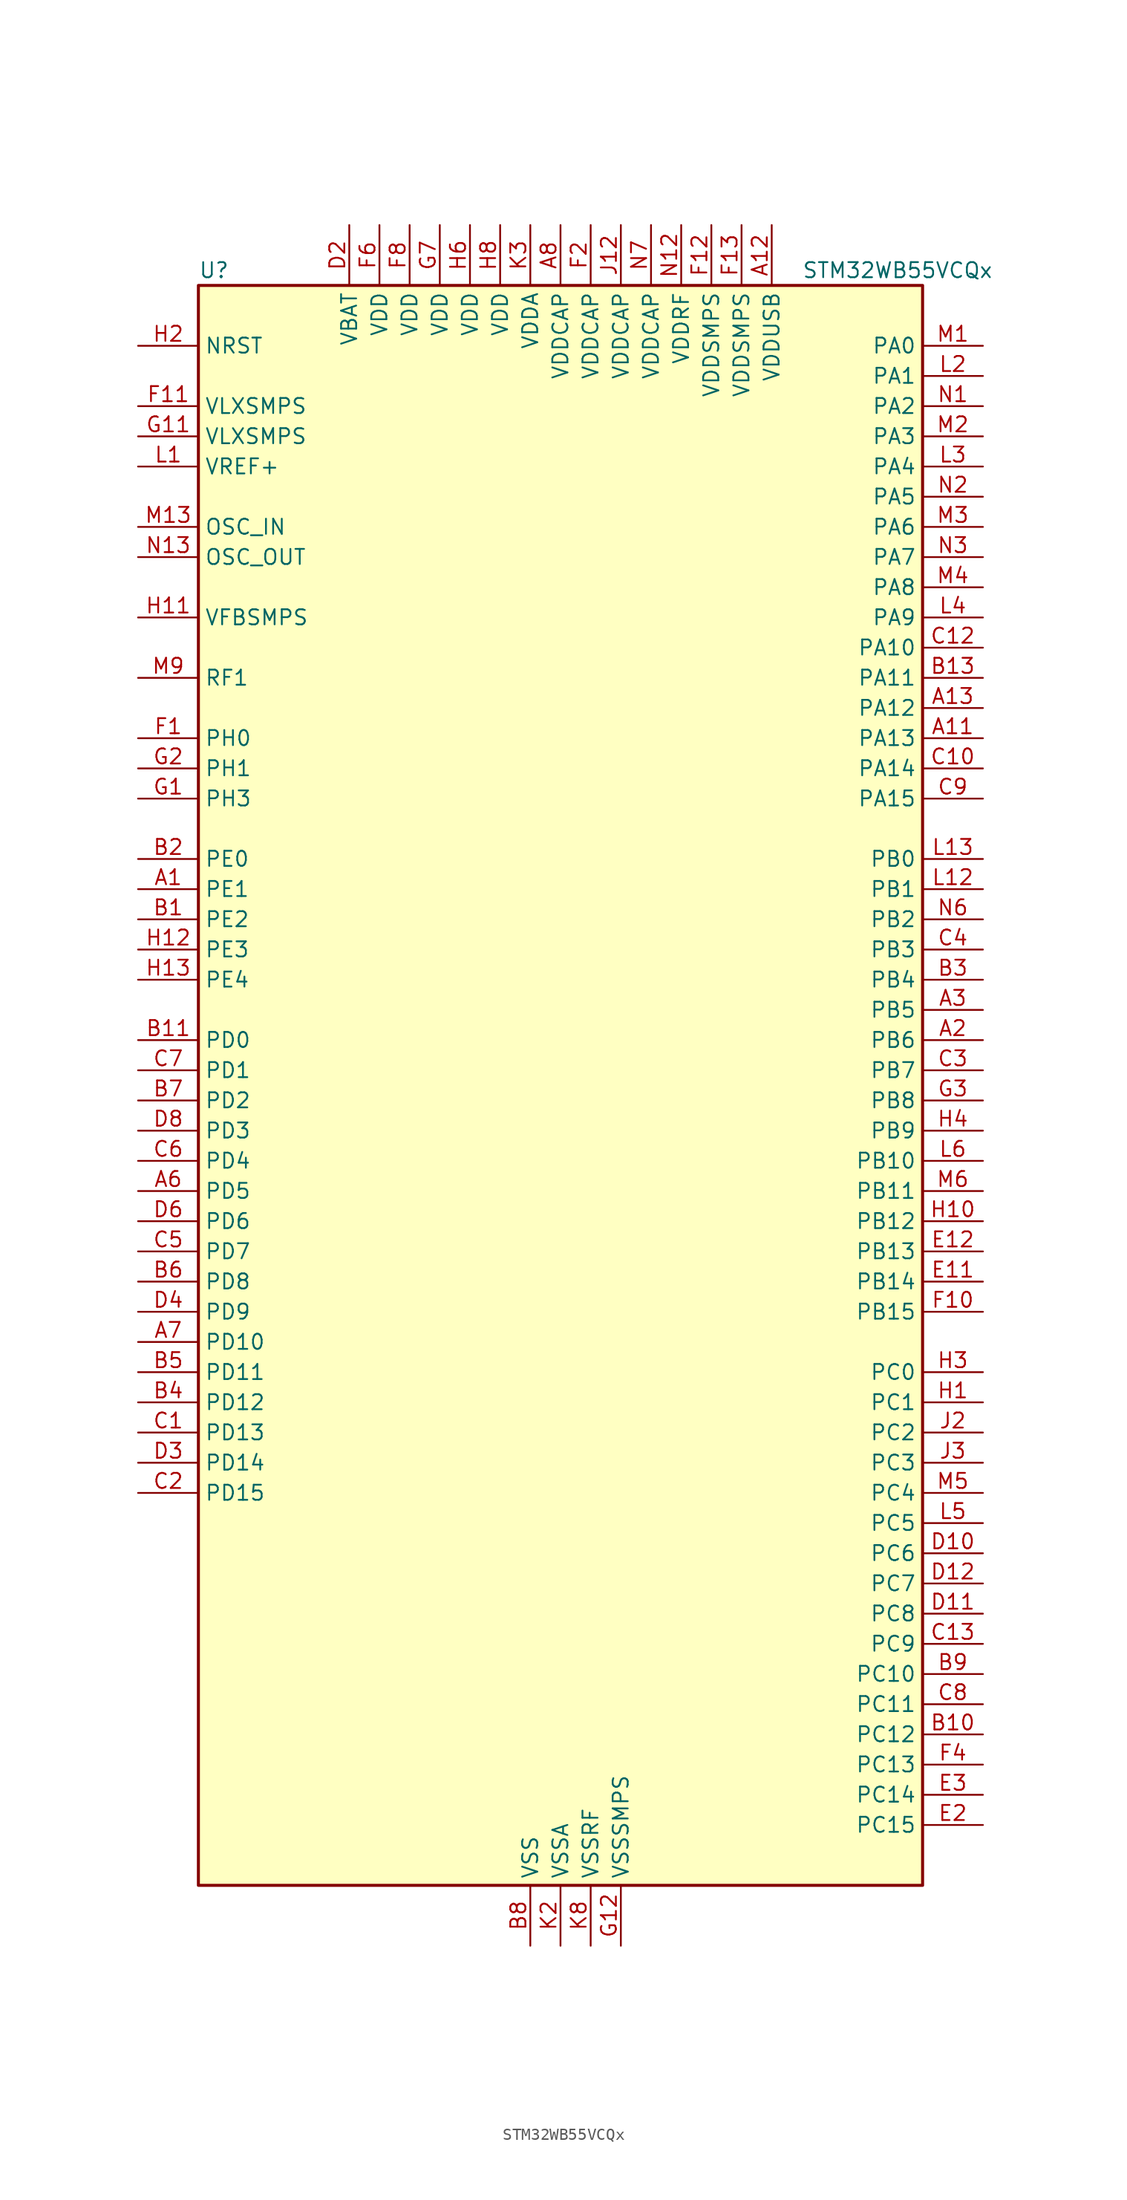
<source format=kicad_sym>
(kicad_symbol_lib
  (version 20241209)
  (generator "kicad_symbol_editor")
  (generator_version "9.0")
  (symbol "STM32WB55VCQx"
    (property "Reference" "U"
      (at -30.48 69.85 0)
      (effects (font (size 1.27 1.27)) (justify left)))
    (property "Value" "STM32WB55VCQx"
      (at 20.32 69.85 0)
      (effects (font (size 1.27 1.27)) (justify left)))
    (symbol "STM32WB55VCQx_0_1"
      (rectangle (start -30.48 -66.04) (end 30.48 68.58) (stroke (width 0.254) (type default)) (fill (type background))))
    (symbol "STM32WB55VCQx_1_1"
      (pin input line (at -35.56 63.5 0) (length 5.08) (name "NRST" (effects (font (size 1.27 1.27)))) (number "H2" (effects (font (size 1.27 1.27)))))
      (pin power_in line (at -35.56 58.42 0) (length 5.08) (name "VLXSMPS" (effects (font (size 1.27 1.27)))) (number "F11" (effects (font (size 1.27 1.27)))))
      (pin power_in line (at -35.56 55.88 0) (length 5.08) (name "VLXSMPS" (effects (font (size 1.27 1.27)))) (number "G11" (effects (font (size 1.27 1.27)))))
      (pin input line (at -35.56 53.34 0) (length 5.08) (name "VREF+" (effects (font (size 1.27 1.27)))) (number "L1" (effects (font (size 1.27 1.27)))) (alternate "VREFBUF_OUT" bidirectional line))
      (pin input line (at -35.56 48.26 0) (length 5.08) (name "OSC_IN" (effects (font (size 1.27 1.27)))) (number "M13" (effects (font (size 1.27 1.27)))) (alternate "RCC_OSC_IN" bidirectional line))
      (pin input line (at -35.56 45.72 0) (length 5.08) (name "OSC_OUT" (effects (font (size 1.27 1.27)))) (number "N13" (effects (font (size 1.27 1.27)))) (alternate "RCC_OSC_OUT" bidirectional line))
      (pin input line (at -35.56 40.64 0) (length 5.08) (name "VFBSMPS" (effects (font (size 1.27 1.27)))) (number "H11" (effects (font (size 1.27 1.27)))))
      (pin bidirectional line (at -35.56 35.56 0) (length 5.08) (name "RF1" (effects (font (size 1.27 1.27)))) (number "M9" (effects (font (size 1.27 1.27)))) (alternate "RF_RF1" bidirectional line))
      (pin bidirectional line (at -35.56 30.48 0) (length 5.08) (name "PH0" (effects (font (size 1.27 1.27)))) (number "F1" (effects (font (size 1.27 1.27)))))
      (pin bidirectional line (at -35.56 27.94 0) (length 5.08) (name "PH1" (effects (font (size 1.27 1.27)))) (number "G2" (effects (font (size 1.27 1.27)))))
      (pin bidirectional line (at -35.56 25.4 0) (length 5.08) (name "PH3" (effects (font (size 1.27 1.27)))) (number "G1" (effects (font (size 1.27 1.27)))) (alternate "RCC_LSCO" bidirectional line))
      (pin bidirectional line (at -35.56 20.32 0) (length 5.08) (name "PE0" (effects (font (size 1.27 1.27)))) (number "B2" (effects (font (size 1.27 1.27)))) (alternate "LCD_SEG36" bidirectional line) (alternate "TIM16_CH1" bidirectional line) (alternate "TIM1_ETR" bidirectional line) (alternate "TSC_G7_IO3" bidirectional line))
      (pin bidirectional line (at -35.56 17.78 0) (length 5.08) (name "PE1" (effects (font (size 1.27 1.27)))) (number "A1" (effects (font (size 1.27 1.27)))) (alternate "LCD_SEG37" bidirectional line) (alternate "TIM17_CH1" bidirectional line) (alternate "TSC_G7_IO2" bidirectional line))
      (pin bidirectional line (at -35.56 15.24 0) (length 5.08) (name "PE2" (effects (font (size 1.27 1.27)))) (number "B1" (effects (font (size 1.27 1.27)))) (alternate "LCD_SEG38" bidirectional line) (alternate "SAI1_CK1" bidirectional line) (alternate "SAI1_MCLK_A" bidirectional line) (alternate "SYS_TRACECLK" bidirectional line) (alternate "TSC_G7_IO1" bidirectional line))
      (pin bidirectional line (at -35.56 12.7 0) (length 5.08) (name "PE3" (effects (font (size 1.27 1.27)))) (number "H12" (effects (font (size 1.27 1.27)))))
      (pin bidirectional line (at -35.56 10.16 0) (length 5.08) (name "PE4" (effects (font (size 1.27 1.27)))) (number "H13" (effects (font (size 1.27 1.27)))))
      (pin bidirectional line (at -35.56 5.08 0) (length 5.08) (name "PD0" (effects (font (size 1.27 1.27)))) (number "B11" (effects (font (size 1.27 1.27)))) (alternate "SPI2_NSS" bidirectional line))
      (pin bidirectional line (at -35.56 2.54 0) (length 5.08) (name "PD1" (effects (font (size 1.27 1.27)))) (number "C7" (effects (font (size 1.27 1.27)))) (alternate "SPI2_SCK" bidirectional line))
      (pin bidirectional line (at -35.56 0 0) (length 5.08) (name "PD2" (effects (font (size 1.27 1.27)))) (number "B7" (effects (font (size 1.27 1.27)))) (alternate "LCD_COM7" bidirectional line) (alternate "LCD_SEG31" bidirectional line) (alternate "LCD_SEG43" bidirectional line) (alternate "SYS_TRACED2" bidirectional line) (alternate "TSC_SYNC" bidirectional line))
      (pin bidirectional line (at -35.56 -2.54 0) (length 5.08) (name "PD3" (effects (font (size 1.27 1.27)))) (number "D8" (effects (font (size 1.27 1.27)))) (alternate "QUADSPI_BK1_NCS" bidirectional line) (alternate "SPI2_MISO" bidirectional line) (alternate "SPI2_SCK" bidirectional line))
      (pin bidirectional line (at -35.56 -5.08 0) (length 5.08) (name "PD4" (effects (font (size 1.27 1.27)))) (number "C6" (effects (font (size 1.27 1.27)))) (alternate "QUADSPI_BK1_IO0" bidirectional line) (alternate "SPI2_MOSI" bidirectional line) (alternate "TSC_G5_IO1" bidirectional line))
      (pin bidirectional line (at -35.56 -7.62 0) (length 5.08) (name "PD5" (effects (font (size 1.27 1.27)))) (number "A6" (effects (font (size 1.27 1.27)))) (alternate "QUADSPI_BK1_IO1" bidirectional line) (alternate "SAI1_MCLK_B" bidirectional line) (alternate "TSC_G5_IO2" bidirectional line))
      (pin bidirectional line (at -35.56 -10.16 0) (length 5.08) (name "PD6" (effects (font (size 1.27 1.27)))) (number "D6" (effects (font (size 1.27 1.27)))) (alternate "QUADSPI_BK1_IO2" bidirectional line) (alternate "SAI1_D1" bidirectional line) (alternate "SAI1_SD_A" bidirectional line) (alternate "TSC_G5_IO3" bidirectional line))
      (pin bidirectional line (at -35.56 -12.7 0) (length 5.08) (name "PD7" (effects (font (size 1.27 1.27)))) (number "C5" (effects (font (size 1.27 1.27)))) (alternate "LCD_SEG39" bidirectional line) (alternate "QUADSPI_BK1_IO3" bidirectional line) (alternate "TSC_G5_IO4" bidirectional line))
      (pin bidirectional line (at -35.56 -15.24 0) (length 5.08) (name "PD8" (effects (font (size 1.27 1.27)))) (number "B6" (effects (font (size 1.27 1.27)))) (alternate "LCD_SEG28" bidirectional line) (alternate "TIM1_BKIN2" bidirectional line))
      (pin bidirectional line (at -35.56 -17.78 0) (length 5.08) (name "PD9" (effects (font (size 1.27 1.27)))) (number "D4" (effects (font (size 1.27 1.27)))) (alternate "LCD_SEG29" bidirectional line) (alternate "SYS_TRACED0" bidirectional line))
      (pin bidirectional line (at -35.56 -20.32 0) (length 5.08) (name "PD10" (effects (font (size 1.27 1.27)))) (number "A7" (effects (font (size 1.27 1.27)))) (alternate "LCD_SEG30" bidirectional line) (alternate "SYS_TRIG_INOUT" bidirectional line) (alternate "TSC_G6_IO1" bidirectional line))
      (pin bidirectional line (at -35.56 -22.86 0) (length 5.08) (name "PD11" (effects (font (size 1.27 1.27)))) (number "B5" (effects (font (size 1.27 1.27)))) (alternate "ADC1_EXTI11" bidirectional line) (alternate "LCD_SEG31" bidirectional line) (alternate "LPTIM2_ETR" bidirectional line) (alternate "TSC_G6_IO2" bidirectional line))
      (pin bidirectional line (at -35.56 -25.4 0) (length 5.08) (name "PD12" (effects (font (size 1.27 1.27)))) (number "B4" (effects (font (size 1.27 1.27)))) (alternate "LCD_SEG32" bidirectional line) (alternate "LPTIM2_IN1" bidirectional line) (alternate "TSC_G6_IO3" bidirectional line))
      (pin bidirectional line (at -35.56 -27.94 0) (length 5.08) (name "PD13" (effects (font (size 1.27 1.27)))) (number "C1" (effects (font (size 1.27 1.27)))) (alternate "LCD_SEG33" bidirectional line) (alternate "LPTIM2_OUT" bidirectional line) (alternate "TSC_G6_IO4" bidirectional line))
      (pin bidirectional line (at -35.56 -30.48 0) (length 5.08) (name "PD14" (effects (font (size 1.27 1.27)))) (number "D3" (effects (font (size 1.27 1.27)))) (alternate "LCD_SEG34" bidirectional line) (alternate "TIM1_CH1" bidirectional line))
      (pin bidirectional line (at -35.56 -33.02 0) (length 5.08) (name "PD15" (effects (font (size 1.27 1.27)))) (number "C2" (effects (font (size 1.27 1.27)))) (alternate "ADC1_EXTI15" bidirectional line) (alternate "LCD_SEG35" bidirectional line) (alternate "TIM1_CH2" bidirectional line))
      (pin no_connect line (at -30.48 -63.5 0) (length 5.08) (hide yes) (name "AT1" (effects (font (size 1.27 1.27)))) (number "K12" (effects (font (size 1.27 1.27)))))
      (pin no_connect line (at -30.48 -66.04 0) (length 5.08) (hide yes) (name "AT0" (effects (font (size 1.27 1.27)))) (number "K11" (effects (font (size 1.27 1.27)))))
      (pin power_in line (at -17.78 73.66 270) (length 5.08) (name "VBAT" (effects (font (size 1.27 1.27)))) (number "D2" (effects (font (size 1.27 1.27)))))
      (pin power_in line (at -15.24 73.66 270) (length 5.08) (name "VDD" (effects (font (size 1.27 1.27)))) (number "F6" (effects (font (size 1.27 1.27)))))
      (pin power_in line (at -12.7 73.66 270) (length 5.08) (name "VDD" (effects (font (size 1.27 1.27)))) (number "F8" (effects (font (size 1.27 1.27)))))
      (pin power_in line (at -10.16 73.66 270) (length 5.08) (name "VDD" (effects (font (size 1.27 1.27)))) (number "G7" (effects (font (size 1.27 1.27)))))
      (pin power_in line (at -7.62 73.66 270) (length 5.08) (name "VDD" (effects (font (size 1.27 1.27)))) (number "H6" (effects (font (size 1.27 1.27)))))
      (pin power_in line (at -5.08 73.66 270) (length 5.08) (name "VDD" (effects (font (size 1.27 1.27)))) (number "H8" (effects (font (size 1.27 1.27)))))
      (pin power_in line (at -2.54 73.66 270) (length 5.08) (name "VDDA" (effects (font (size 1.27 1.27)))) (number "K3" (effects (font (size 1.27 1.27)))))
      (pin passive line (at -2.54 -71.12 90) (length 5.08) (hide yes) (name "VSS" (effects (font (size 1.27 1.27)))) (number "B12" (effects (font (size 1.27 1.27)))))
      (pin power_in line (at -2.54 -71.12 90) (length 5.08) (name "VSS" (effects (font (size 1.27 1.27)))) (number "B8" (effects (font (size 1.27 1.27)))))
      (pin passive line (at -2.54 -71.12 90) (length 5.08) (hide yes) (name "VSS" (effects (font (size 1.27 1.27)))) (number "C11" (effects (font (size 1.27 1.27)))))
      (pin passive line (at -2.54 -71.12 90) (length 5.08) (hide yes) (name "VSS" (effects (font (size 1.27 1.27)))) (number "E5" (effects (font (size 1.27 1.27)))))
      (pin passive line (at -2.54 -71.12 90) (length 5.08) (hide yes) (name "VSS" (effects (font (size 1.27 1.27)))) (number "E7" (effects (font (size 1.27 1.27)))))
      (pin passive line (at -2.54 -71.12 90) (length 5.08) (hide yes) (name "VSS" (effects (font (size 1.27 1.27)))) (number "E9" (effects (font (size 1.27 1.27)))))
      (pin passive line (at -2.54 -71.12 90) (length 5.08) (hide yes) (name "VSS" (effects (font (size 1.27 1.27)))) (number "F3" (effects (font (size 1.27 1.27)))))
      (pin passive line (at -2.54 -71.12 90) (length 5.08) (hide yes) (name "VSS" (effects (font (size 1.27 1.27)))) (number "G5" (effects (font (size 1.27 1.27)))))
      (pin passive line (at -2.54 -71.12 90) (length 5.08) (hide yes) (name "VSS" (effects (font (size 1.27 1.27)))) (number "G9" (effects (font (size 1.27 1.27)))))
      (pin passive line (at -2.54 -71.12 90) (length 5.08) (hide yes) (name "VSS" (effects (font (size 1.27 1.27)))) (number "J11" (effects (font (size 1.27 1.27)))))
      (pin passive line (at -2.54 -71.12 90) (length 5.08) (hide yes) (name "VSS" (effects (font (size 1.27 1.27)))) (number "J5" (effects (font (size 1.27 1.27)))))
      (pin passive line (at -2.54 -71.12 90) (length 5.08) (hide yes) (name "VSS" (effects (font (size 1.27 1.27)))) (number "J7" (effects (font (size 1.27 1.27)))))
      (pin passive line (at -2.54 -71.12 90) (length 5.08) (hide yes) (name "VSS" (effects (font (size 1.27 1.27)))) (number "J9" (effects (font (size 1.27 1.27)))))
      (pin passive line (at -2.54 -71.12 90) (length 5.08) (hide yes) (name "VSS" (effects (font (size 1.27 1.27)))) (number "K4" (effects (font (size 1.27 1.27)))))
      (pin passive line (at -2.54 -71.12 90) (length 5.08) (hide yes) (name "VSS" (effects (font (size 1.27 1.27)))) (number "K6" (effects (font (size 1.27 1.27)))))
      (pin passive line (at -2.54 -71.12 90) (length 5.08) (hide yes) (name "VSS" (effects (font (size 1.27 1.27)))) (number "M7" (effects (font (size 1.27 1.27)))))
      (pin power_in line (at 0 73.66 270) (length 5.08) (name "VDDCAP" (effects (font (size 1.27 1.27)))) (number "A8" (effects (font (size 1.27 1.27)))))
      (pin power_in line (at 0 -71.12 90) (length 5.08) (name "VSSA" (effects (font (size 1.27 1.27)))) (number "K2" (effects (font (size 1.27 1.27)))))
      (pin power_in line (at 2.54 73.66 270) (length 5.08) (name "VDDCAP" (effects (font (size 1.27 1.27)))) (number "F2" (effects (font (size 1.27 1.27)))))
      (pin passive line (at 2.54 -71.12 90) (length 5.08) (hide yes) (name "VSSRF" (effects (font (size 1.27 1.27)))) (number "K10" (effects (font (size 1.27 1.27)))))
      (pin power_in line (at 2.54 -71.12 90) (length 5.08) (name "VSSRF" (effects (font (size 1.27 1.27)))) (number "K8" (effects (font (size 1.27 1.27)))))
      (pin passive line (at 2.54 -71.12 90) (length 5.08) (hide yes) (name "VSSRF" (effects (font (size 1.27 1.27)))) (number "L10" (effects (font (size 1.27 1.27)))))
      (pin passive line (at 2.54 -71.12 90) (length 5.08) (hide yes) (name "VSSRF" (effects (font (size 1.27 1.27)))) (number "L11" (effects (font (size 1.27 1.27)))))
      (pin passive line (at 2.54 -71.12 90) (length 5.08) (hide yes) (name "VSSRF" (effects (font (size 1.27 1.27)))) (number "L7" (effects (font (size 1.27 1.27)))))
      (pin passive line (at 2.54 -71.12 90) (length 5.08) (hide yes) (name "VSSRF" (effects (font (size 1.27 1.27)))) (number "L8" (effects (font (size 1.27 1.27)))))
      (pin passive line (at 2.54 -71.12 90) (length 5.08) (hide yes) (name "VSSRF" (effects (font (size 1.27 1.27)))) (number "L9" (effects (font (size 1.27 1.27)))))
      (pin passive line (at 2.54 -71.12 90) (length 5.08) (hide yes) (name "VSSRF" (effects (font (size 1.27 1.27)))) (number "M10" (effects (font (size 1.27 1.27)))))
      (pin passive line (at 2.54 -71.12 90) (length 5.08) (hide yes) (name "VSSRF" (effects (font (size 1.27 1.27)))) (number "M11" (effects (font (size 1.27 1.27)))))
      (pin passive line (at 2.54 -71.12 90) (length 5.08) (hide yes) (name "VSSRF" (effects (font (size 1.27 1.27)))) (number "M12" (effects (font (size 1.27 1.27)))))
      (pin passive line (at 2.54 -71.12 90) (length 5.08) (hide yes) (name "VSSRF" (effects (font (size 1.27 1.27)))) (number "M8" (effects (font (size 1.27 1.27)))))
      (pin passive line (at 2.54 -71.12 90) (length 5.08) (hide yes) (name "VSSRF" (effects (font (size 1.27 1.27)))) (number "N11" (effects (font (size 1.27 1.27)))))
      (pin passive line (at 2.54 -71.12 90) (length 5.08) (hide yes) (name "VSSRF" (effects (font (size 1.27 1.27)))) (number "N8" (effects (font (size 1.27 1.27)))))
      (pin power_in line (at 5.08 73.66 270) (length 5.08) (name "VDDCAP" (effects (font (size 1.27 1.27)))) (number "J12" (effects (font (size 1.27 1.27)))))
      (pin power_in line (at 5.08 -71.12 90) (length 5.08) (name "VSSSMPS" (effects (font (size 1.27 1.27)))) (number "G12" (effects (font (size 1.27 1.27)))))
      (pin passive line (at 5.08 -71.12 90) (length 5.08) (hide yes) (name "VSSSMPS" (effects (font (size 1.27 1.27)))) (number "G13" (effects (font (size 1.27 1.27)))))
      (pin power_in line (at 7.62 73.66 270) (length 5.08) (name "VDDCAP" (effects (font (size 1.27 1.27)))) (number "N7" (effects (font (size 1.27 1.27)))))
      (pin power_in line (at 10.16 73.66 270) (length 5.08) (name "VDDRF" (effects (font (size 1.27 1.27)))) (number "N12" (effects (font (size 1.27 1.27)))))
      (pin power_in line (at 12.7 73.66 270) (length 5.08) (name "VDDSMPS" (effects (font (size 1.27 1.27)))) (number "F12" (effects (font (size 1.27 1.27)))))
      (pin power_in line (at 15.24 73.66 270) (length 5.08) (name "VDDSMPS" (effects (font (size 1.27 1.27)))) (number "F13" (effects (font (size 1.27 1.27)))))
      (pin power_in line (at 17.78 73.66 270) (length 5.08) (name "VDDUSB" (effects (font (size 1.27 1.27)))) (number "A12" (effects (font (size 1.27 1.27)))))
      (pin bidirectional line (at 35.56 63.5 180) (length 5.08) (name "PA0" (effects (font (size 1.27 1.27)))) (number "M1" (effects (font (size 1.27 1.27)))) (alternate "ADC1_IN5" bidirectional line) (alternate "COMP1_INM" bidirectional line) (alternate "COMP1_OUT" bidirectional line) (alternate "RTC_TAMP2" bidirectional line) (alternate "SAI1_EXTCLK" bidirectional line) (alternate "SYS_WKUP1" bidirectional line) (alternate "TIM2_CH1" bidirectional line) (alternate "TIM2_ETR" bidirectional line))
      (pin bidirectional line (at 35.56 60.96 180) (length 5.08) (name "PA1" (effects (font (size 1.27 1.27)))) (number "L2" (effects (font (size 1.27 1.27)))) (alternate "ADC1_IN6" bidirectional line) (alternate "COMP1_INP" bidirectional line) (alternate "I2C1_SMBA" bidirectional line) (alternate "LCD_SEG0" bidirectional line) (alternate "SPI1_SCK" bidirectional line) (alternate "TIM2_CH2" bidirectional line))
      (pin bidirectional line (at 35.56 58.42 180) (length 5.08) (name "PA2" (effects (font (size 1.27 1.27)))) (number "N1" (effects (font (size 1.27 1.27)))) (alternate "ADC1_IN7" bidirectional line) (alternate "COMP2_INM" bidirectional line) (alternate "COMP2_OUT" bidirectional line) (alternate "LCD_SEG1" bidirectional line) (alternate "LPUART1_TX" bidirectional line) (alternate "QUADSPI_BK1_NCS" bidirectional line) (alternate "RCC_LSCO" bidirectional line) (alternate "SYS_WKUP4" bidirectional line) (alternate "TIM2_CH3" bidirectional line))
      (pin bidirectional line (at 35.56 55.88 180) (length 5.08) (name "PA3" (effects (font (size 1.27 1.27)))) (number "M2" (effects (font (size 1.27 1.27)))) (alternate "ADC1_IN8" bidirectional line) (alternate "COMP2_INP" bidirectional line) (alternate "LCD_SEG2" bidirectional line) (alternate "LPUART1_RX" bidirectional line) (alternate "QUADSPI_CLK" bidirectional line) (alternate "SAI1_CK1" bidirectional line) (alternate "SAI1_MCLK_A" bidirectional line) (alternate "TIM2_CH4" bidirectional line))
      (pin bidirectional line (at 35.56 53.34 180) (length 5.08) (name "PA4" (effects (font (size 1.27 1.27)))) (number "L3" (effects (font (size 1.27 1.27)))) (alternate "ADC1_IN9" bidirectional line) (alternate "COMP1_INM" bidirectional line) (alternate "COMP2_INM" bidirectional line) (alternate "LCD_SEG5" bidirectional line) (alternate "LPTIM2_OUT" bidirectional line) (alternate "SAI1_FS_B" bidirectional line) (alternate "SPI1_NSS" bidirectional line))
      (pin bidirectional line (at 35.56 50.8 180) (length 5.08) (name "PA5" (effects (font (size 1.27 1.27)))) (number "N2" (effects (font (size 1.27 1.27)))) (alternate "ADC1_IN10" bidirectional line) (alternate "COMP1_INM" bidirectional line) (alternate "COMP2_INM" bidirectional line) (alternate "LPTIM2_ETR" bidirectional line) (alternate "SAI1_SD_B" bidirectional line) (alternate "SPI1_SCK" bidirectional line) (alternate "TIM2_CH1" bidirectional line) (alternate "TIM2_ETR" bidirectional line))
      (pin bidirectional line (at 35.56 48.26 180) (length 5.08) (name "PA6" (effects (font (size 1.27 1.27)))) (number "M3" (effects (font (size 1.27 1.27)))) (alternate "ADC1_IN11" bidirectional line) (alternate "LCD_SEG3" bidirectional line) (alternate "LPUART1_CTS" bidirectional line) (alternate "QUADSPI_BK1_IO3" bidirectional line) (alternate "SPI1_MISO" bidirectional line) (alternate "TIM16_CH1" bidirectional line) (alternate "TIM1_BKIN" bidirectional line))
      (pin bidirectional line (at 35.56 45.72 180) (length 5.08) (name "PA7" (effects (font (size 1.27 1.27)))) (number "N3" (effects (font (size 1.27 1.27)))) (alternate "ADC1_IN12" bidirectional line) (alternate "COMP2_OUT" bidirectional line) (alternate "I2C3_SCL" bidirectional line) (alternate "LCD_SEG4" bidirectional line) (alternate "QUADSPI_BK1_IO2" bidirectional line) (alternate "SPI1_MOSI" bidirectional line) (alternate "TIM17_CH1" bidirectional line) (alternate "TIM1_CH1N" bidirectional line))
      (pin bidirectional line (at 35.56 43.18 180) (length 5.08) (name "PA8" (effects (font (size 1.27 1.27)))) (number "M4" (effects (font (size 1.27 1.27)))) (alternate "ADC1_IN15" bidirectional line) (alternate "LCD_COM0" bidirectional line) (alternate "LPTIM2_OUT" bidirectional line) (alternate "RCC_MCO" bidirectional line) (alternate "SAI1_CK2" bidirectional line) (alternate "SAI1_SCK_A" bidirectional line) (alternate "TIM1_CH1" bidirectional line) (alternate "USART1_CK" bidirectional line))
      (pin bidirectional line (at 35.56 40.64 180) (length 5.08) (name "PA9" (effects (font (size 1.27 1.27)))) (number "L4" (effects (font (size 1.27 1.27)))) (alternate "ADC1_IN16" bidirectional line) (alternate "COMP1_INM" bidirectional line) (alternate "I2C1_SCL" bidirectional line) (alternate "LCD_COM1" bidirectional line) (alternate "SAI1_D2" bidirectional line) (alternate "SAI1_FS_A" bidirectional line) (alternate "SPI2_SCK" bidirectional line) (alternate "TIM1_CH2" bidirectional line) (alternate "USART1_TX" bidirectional line))
      (pin bidirectional line (at 35.56 38.1 180) (length 5.08) (name "PA10" (effects (font (size 1.27 1.27)))) (number "C12" (effects (font (size 1.27 1.27)))) (alternate "CRS_SYNC" bidirectional line) (alternate "I2C1_SDA" bidirectional line) (alternate "LCD_COM2" bidirectional line) (alternate "SAI1_D1" bidirectional line) (alternate "SAI1_SD_A" bidirectional line) (alternate "TIM17_BKIN" bidirectional line) (alternate "TIM1_CH3" bidirectional line) (alternate "USART1_RX" bidirectional line))
      (pin bidirectional line (at 35.56 35.56 180) (length 5.08) (name "PA11" (effects (font (size 1.27 1.27)))) (number "B13" (effects (font (size 1.27 1.27)))) (alternate "ADC1_EXTI11" bidirectional line) (alternate "SPI1_MISO" bidirectional line) (alternate "TIM1_BKIN2" bidirectional line) (alternate "TIM1_CH4" bidirectional line) (alternate "USART1_CTS" bidirectional line) (alternate "USART1_NSS" bidirectional line) (alternate "USB_DM" bidirectional line))
      (pin bidirectional line (at 35.56 33.02 180) (length 5.08) (name "PA12" (effects (font (size 1.27 1.27)))) (number "A13" (effects (font (size 1.27 1.27)))) (alternate "LPUART1_RX" bidirectional line) (alternate "SPI1_MOSI" bidirectional line) (alternate "TIM1_ETR" bidirectional line) (alternate "USART1_DE" bidirectional line) (alternate "USART1_RTS" bidirectional line) (alternate "USB_DP" bidirectional line))
      (pin bidirectional line (at 35.56 30.48 180) (length 5.08) (name "PA13" (effects (font (size 1.27 1.27)))) (number "A11" (effects (font (size 1.27 1.27)))) (alternate "IR_OUT" bidirectional line) (alternate "SAI1_SD_B" bidirectional line) (alternate "SYS_JTMS-SWDIO" bidirectional line) (alternate "USB_NOE" bidirectional line))
      (pin bidirectional line (at 35.56 27.94 180) (length 5.08) (name "PA14" (effects (font (size 1.27 1.27)))) (number "C10" (effects (font (size 1.27 1.27)))) (alternate "I2C1_SMBA" bidirectional line) (alternate "LCD_SEG5" bidirectional line) (alternate "LPTIM1_OUT" bidirectional line) (alternate "SAI1_FS_B" bidirectional line) (alternate "SYS_JTCK-SWCLK" bidirectional line))
      (pin bidirectional line (at 35.56 25.4 180) (length 5.08) (name "PA15" (effects (font (size 1.27 1.27)))) (number "C9" (effects (font (size 1.27 1.27)))) (alternate "ADC1_EXTI15" bidirectional line) (alternate "LCD_SEG17" bidirectional line) (alternate "RCC_MCO" bidirectional line) (alternate "SPI1_NSS" bidirectional line) (alternate "SYS_JTDI" bidirectional line) (alternate "TIM2_CH1" bidirectional line) (alternate "TIM2_ETR" bidirectional line) (alternate "TSC_G3_IO1" bidirectional line))
      (pin bidirectional line (at 35.56 20.32 180) (length 5.08) (name "PB0" (effects (font (size 1.27 1.27)))) (number "L13" (effects (font (size 1.27 1.27)))) (alternate "COMP1_OUT" bidirectional line) (alternate "RF_TX_MOD_EXT_PA" bidirectional line))
      (pin bidirectional line (at 35.56 17.78 180) (length 5.08) (name "PB1" (effects (font (size 1.27 1.27)))) (number "L12" (effects (font (size 1.27 1.27)))) (alternate "LPTIM2_IN1" bidirectional line) (alternate "LPUART1_DE" bidirectional line) (alternate "LPUART1_RTS" bidirectional line))
      (pin bidirectional line (at 35.56 15.24 180) (length 5.08) (name "PB2" (effects (font (size 1.27 1.27)))) (number "N6" (effects (font (size 1.27 1.27)))) (alternate "COMP1_INP" bidirectional line) (alternate "I2C3_SMBA" bidirectional line) (alternate "LCD_VLCD" bidirectional line) (alternate "LPTIM1_OUT" bidirectional line) (alternate "RTC_OUT2" bidirectional line) (alternate "SAI1_EXTCLK" bidirectional line) (alternate "SPI1_NSS" bidirectional line))
      (pin bidirectional line (at 35.56 12.7 180) (length 5.08) (name "PB3" (effects (font (size 1.27 1.27)))) (number "C4" (effects (font (size 1.27 1.27)))) (alternate "COMP2_INM" bidirectional line) (alternate "LCD_SEG7" bidirectional line) (alternate "SAI1_SCK_B" bidirectional line) (alternate "SPI1_SCK" bidirectional line) (alternate "SYS_JTDO-SWO" bidirectional line) (alternate "TIM2_CH2" bidirectional line) (alternate "USART1_DE" bidirectional line) (alternate "USART1_RTS" bidirectional line))
      (pin bidirectional line (at 35.56 10.16 180) (length 5.08) (name "PB4" (effects (font (size 1.27 1.27)))) (number "B3" (effects (font (size 1.27 1.27)))) (alternate "COMP2_INP" bidirectional line) (alternate "I2C3_SDA" bidirectional line) (alternate "LCD_SEG8" bidirectional line) (alternate "SAI1_MCLK_B" bidirectional line) (alternate "SPI1_MISO" bidirectional line) (alternate "SYS_JTRST" bidirectional line) (alternate "TIM17_BKIN" bidirectional line) (alternate "TSC_G2_IO1" bidirectional line) (alternate "USART1_CTS" bidirectional line) (alternate "USART1_NSS" bidirectional line))
      (pin bidirectional line (at 35.56 7.62 180) (length 5.08) (name "PB5" (effects (font (size 1.27 1.27)))) (number "A3" (effects (font (size 1.27 1.27)))) (alternate "COMP2_OUT" bidirectional line) (alternate "I2C1_SMBA" bidirectional line) (alternate "LCD_SEG9" bidirectional line) (alternate "LPTIM1_IN1" bidirectional line) (alternate "LPUART1_TX" bidirectional line) (alternate "SAI1_SD_B" bidirectional line) (alternate "SPI1_MOSI" bidirectional line) (alternate "TIM16_BKIN" bidirectional line) (alternate "TSC_G2_IO2" bidirectional line) (alternate "USART1_CK" bidirectional line))
      (pin bidirectional line (at 35.56 5.08 180) (length 5.08) (name "PB6" (effects (font (size 1.27 1.27)))) (number "A2" (effects (font (size 1.27 1.27)))) (alternate "COMP2_INP" bidirectional line) (alternate "I2C1_SCL" bidirectional line) (alternate "LCD_SEG6" bidirectional line) (alternate "LPTIM1_ETR" bidirectional line) (alternate "RCC_MCO" bidirectional line) (alternate "SAI1_FS_B" bidirectional line) (alternate "TIM16_CH1N" bidirectional line) (alternate "TSC_G2_IO3" bidirectional line) (alternate "USART1_TX" bidirectional line))
      (pin bidirectional line (at 35.56 2.54 180) (length 5.08) (name "PB7" (effects (font (size 1.27 1.27)))) (number "C3" (effects (font (size 1.27 1.27)))) (alternate "COMP2_INM" bidirectional line) (alternate "I2C1_SDA" bidirectional line) (alternate "LCD_SEG21" bidirectional line) (alternate "LPTIM1_IN2" bidirectional line) (alternate "SYS_PVD_IN" bidirectional line) (alternate "TIM17_CH1N" bidirectional line) (alternate "TIM1_BKIN" bidirectional line) (alternate "TSC_G2_IO4" bidirectional line) (alternate "USART1_RX" bidirectional line))
      (pin bidirectional line (at 35.56 0 180) (length 5.08) (name "PB8" (effects (font (size 1.27 1.27)))) (number "G3" (effects (font (size 1.27 1.27)))) (alternate "I2C1_SCL" bidirectional line) (alternate "LCD_SEG16" bidirectional line) (alternate "QUADSPI_BK1_IO1" bidirectional line) (alternate "SAI1_CK1" bidirectional line) (alternate "SAI1_MCLK_A" bidirectional line) (alternate "TIM16_CH1" bidirectional line) (alternate "TIM1_CH2N" bidirectional line))
      (pin bidirectional line (at 35.56 -2.54 180) (length 5.08) (name "PB9" (effects (font (size 1.27 1.27)))) (number "H4" (effects (font (size 1.27 1.27)))) (alternate "I2C1_SDA" bidirectional line) (alternate "IR_OUT" bidirectional line) (alternate "LCD_COM3" bidirectional line) (alternate "QUADSPI_BK1_IO0" bidirectional line) (alternate "SAI1_D2" bidirectional line) (alternate "SAI1_FS_A" bidirectional line) (alternate "SPI2_NSS" bidirectional line) (alternate "TIM17_CH1" bidirectional line) (alternate "TIM1_CH3N" bidirectional line) (alternate "TSC_G7_IO4" bidirectional line))
      (pin bidirectional line (at 35.56 -5.08 180) (length 5.08) (name "PB10" (effects (font (size 1.27 1.27)))) (number "L6" (effects (font (size 1.27 1.27)))) (alternate "COMP1_OUT" bidirectional line) (alternate "I2C3_SCL" bidirectional line) (alternate "LCD_SEG10" bidirectional line) (alternate "LPUART1_RX" bidirectional line) (alternate "QUADSPI_CLK" bidirectional line) (alternate "SAI1_SCK_A" bidirectional line) (alternate "SPI2_SCK" bidirectional line) (alternate "TIM2_CH3" bidirectional line) (alternate "TSC_SYNC" bidirectional line))
      (pin bidirectional line (at 35.56 -7.62 180) (length 5.08) (name "PB11" (effects (font (size 1.27 1.27)))) (number "M6" (effects (font (size 1.27 1.27)))) (alternate "ADC1_EXTI11" bidirectional line) (alternate "COMP2_OUT" bidirectional line) (alternate "I2C3_SDA" bidirectional line) (alternate "LCD_SEG11" bidirectional line) (alternate "LPUART1_TX" bidirectional line) (alternate "QUADSPI_BK1_NCS" bidirectional line) (alternate "TIM2_CH4" bidirectional line))
      (pin bidirectional line (at 35.56 -10.16 180) (length 5.08) (name "PB12" (effects (font (size 1.27 1.27)))) (number "H10" (effects (font (size 1.27 1.27)))) (alternate "I2C3_SMBA" bidirectional line) (alternate "LCD_SEG12" bidirectional line) (alternate "LPUART1_DE" bidirectional line) (alternate "LPUART1_RTS" bidirectional line) (alternate "SAI1_FS_A" bidirectional line) (alternate "SPI2_NSS" bidirectional line) (alternate "TIM1_BKIN" bidirectional line) (alternate "TSC_G1_IO1" bidirectional line))
      (pin bidirectional line (at 35.56 -12.7 180) (length 5.08) (name "PB13" (effects (font (size 1.27 1.27)))) (number "E12" (effects (font (size 1.27 1.27)))) (alternate "I2C3_SCL" bidirectional line) (alternate "LCD_SEG13" bidirectional line) (alternate "LPUART1_CTS" bidirectional line) (alternate "SAI1_SCK_A" bidirectional line) (alternate "SPI2_SCK" bidirectional line) (alternate "TIM1_CH1N" bidirectional line) (alternate "TSC_G1_IO2" bidirectional line))
      (pin bidirectional line (at 35.56 -15.24 180) (length 5.08) (name "PB14" (effects (font (size 1.27 1.27)))) (number "E11" (effects (font (size 1.27 1.27)))) (alternate "I2C3_SDA" bidirectional line) (alternate "LCD_SEG14" bidirectional line) (alternate "SAI1_MCLK_A" bidirectional line) (alternate "SPI2_MISO" bidirectional line) (alternate "TIM1_CH2N" bidirectional line) (alternate "TSC_G1_IO3" bidirectional line))
      (pin bidirectional line (at 35.56 -17.78 180) (length 5.08) (name "PB15" (effects (font (size 1.27 1.27)))) (number "F10" (effects (font (size 1.27 1.27)))) (alternate "ADC1_EXTI15" bidirectional line) (alternate "LCD_SEG15" bidirectional line) (alternate "RTC_REFIN" bidirectional line) (alternate "SAI1_SD_A" bidirectional line) (alternate "SPI2_MOSI" bidirectional line) (alternate "TIM1_CH3N" bidirectional line) (alternate "TSC_G1_IO4" bidirectional line))
      (pin bidirectional line (at 35.56 -22.86 180) (length 5.08) (name "PC0" (effects (font (size 1.27 1.27)))) (number "H3" (effects (font (size 1.27 1.27)))) (alternate "ADC1_IN1" bidirectional line) (alternate "I2C3_SCL" bidirectional line) (alternate "LCD_SEG18" bidirectional line) (alternate "LPTIM1_IN1" bidirectional line) (alternate "LPTIM2_IN1" bidirectional line) (alternate "LPUART1_RX" bidirectional line))
      (pin bidirectional line (at 35.56 -25.4 180) (length 5.08) (name "PC1" (effects (font (size 1.27 1.27)))) (number "H1" (effects (font (size 1.27 1.27)))) (alternate "ADC1_IN2" bidirectional line) (alternate "I2C3_SDA" bidirectional line) (alternate "LCD_SEG19" bidirectional line) (alternate "LPTIM1_OUT" bidirectional line) (alternate "LPUART1_TX" bidirectional line) (alternate "SPI2_MOSI" bidirectional line))
      (pin bidirectional line (at 35.56 -27.94 180) (length 5.08) (name "PC2" (effects (font (size 1.27 1.27)))) (number "J2" (effects (font (size 1.27 1.27)))) (alternate "ADC1_IN3" bidirectional line) (alternate "LCD_SEG20" bidirectional line) (alternate "LPTIM1_IN2" bidirectional line) (alternate "SPI2_MISO" bidirectional line))
      (pin bidirectional line (at 35.56 -30.48 180) (length 5.08) (name "PC3" (effects (font (size 1.27 1.27)))) (number "J3" (effects (font (size 1.27 1.27)))) (alternate "ADC1_IN4" bidirectional line) (alternate "LCD_VLCD" bidirectional line) (alternate "LPTIM1_ETR" bidirectional line) (alternate "LPTIM2_ETR" bidirectional line) (alternate "SAI1_D1" bidirectional line) (alternate "SAI1_SD_A" bidirectional line) (alternate "SPI2_MOSI" bidirectional line))
      (pin bidirectional line (at 35.56 -33.02 180) (length 5.08) (name "PC4" (effects (font (size 1.27 1.27)))) (number "M5" (effects (font (size 1.27 1.27)))) (alternate "ADC1_IN13" bidirectional line) (alternate "COMP1_INM" bidirectional line) (alternate "LCD_SEG22" bidirectional line))
      (pin bidirectional line (at 35.56 -35.56 180) (length 5.08) (name "PC5" (effects (font (size 1.27 1.27)))) (number "L5" (effects (font (size 1.27 1.27)))) (alternate "ADC1_IN14" bidirectional line) (alternate "COMP1_INP" bidirectional line) (alternate "LCD_SEG23" bidirectional line) (alternate "SAI1_D3" bidirectional line) (alternate "SYS_WKUP5" bidirectional line))
      (pin bidirectional line (at 35.56 -38.1 180) (length 5.08) (name "PC6" (effects (font (size 1.27 1.27)))) (number "D10" (effects (font (size 1.27 1.27)))) (alternate "LCD_SEG24" bidirectional line) (alternate "TSC_G4_IO1" bidirectional line))
      (pin bidirectional line (at 35.56 -40.64 180) (length 5.08) (name "PC7" (effects (font (size 1.27 1.27)))) (number "D12" (effects (font (size 1.27 1.27)))) (alternate "LCD_SEG25" bidirectional line) (alternate "TSC_G4_IO2" bidirectional line))
      (pin bidirectional line (at 35.56 -43.18 180) (length 5.08) (name "PC8" (effects (font (size 1.27 1.27)))) (number "D11" (effects (font (size 1.27 1.27)))) (alternate "LCD_SEG26" bidirectional line) (alternate "TSC_G4_IO3" bidirectional line))
      (pin bidirectional line (at 35.56 -45.72 180) (length 5.08) (name "PC9" (effects (font (size 1.27 1.27)))) (number "C13" (effects (font (size 1.27 1.27)))) (alternate "LCD_SEG27" bidirectional line) (alternate "SAI1_SCK_B" bidirectional line) (alternate "TIM1_BKIN" bidirectional line) (alternate "TSC_G4_IO4" bidirectional line) (alternate "USB_NOE" bidirectional line))
      (pin bidirectional line (at 35.56 -48.26 180) (length 5.08) (name "PC10" (effects (font (size 1.27 1.27)))) (number "B9" (effects (font (size 1.27 1.27)))) (alternate "LCD_COM4" bidirectional line) (alternate "LCD_SEG28" bidirectional line) (alternate "LCD_SEG40" bidirectional line) (alternate "SYS_TRACED1" bidirectional line) (alternate "TSC_G3_IO2" bidirectional line))
      (pin bidirectional line (at 35.56 -50.8 180) (length 5.08) (name "PC11" (effects (font (size 1.27 1.27)))) (number "C8" (effects (font (size 1.27 1.27)))) (alternate "ADC1_EXTI11" bidirectional line) (alternate "LCD_COM5" bidirectional line) (alternate "LCD_SEG29" bidirectional line) (alternate "LCD_SEG41" bidirectional line) (alternate "TSC_G3_IO3" bidirectional line))
      (pin bidirectional line (at 35.56 -53.34 180) (length 5.08) (name "PC12" (effects (font (size 1.27 1.27)))) (number "B10" (effects (font (size 1.27 1.27)))) (alternate "LCD_COM6" bidirectional line) (alternate "LCD_SEG30" bidirectional line) (alternate "LCD_SEG42" bidirectional line) (alternate "RCC_LSCO" bidirectional line) (alternate "RTC_TAMP3" bidirectional line) (alternate "SYS_TRACED3" bidirectional line) (alternate "SYS_WKUP3" bidirectional line) (alternate "TSC_G3_IO4" bidirectional line))
      (pin bidirectional line (at 35.56 -55.88 180) (length 5.08) (name "PC13" (effects (font (size 1.27 1.27)))) (number "F4" (effects (font (size 1.27 1.27)))) (alternate "RTC_OUT1" bidirectional line) (alternate "RTC_TAMP1" bidirectional line) (alternate "RTC_TS" bidirectional line) (alternate "SYS_WKUP2" bidirectional line))
      (pin bidirectional line (at 35.56 -58.42 180) (length 5.08) (name "PC14" (effects (font (size 1.27 1.27)))) (number "E3" (effects (font (size 1.27 1.27)))) (alternate "RCC_OSC32_IN" bidirectional line))
      (pin bidirectional line (at 35.56 -60.96 180) (length 5.08) (name "PC15" (effects (font (size 1.27 1.27)))) (number "E2" (effects (font (size 1.27 1.27)))) (alternate "ADC1_EXTI15" bidirectional line) (alternate "RCC_OSC32_OUT" bidirectional line)))))
</source>
